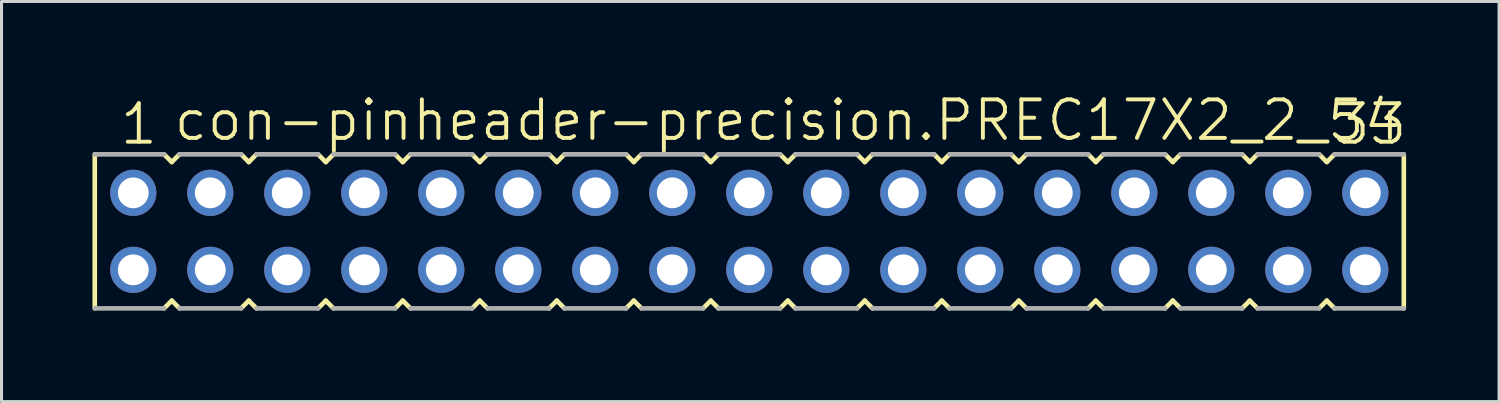
<source format=kicad_pcb>
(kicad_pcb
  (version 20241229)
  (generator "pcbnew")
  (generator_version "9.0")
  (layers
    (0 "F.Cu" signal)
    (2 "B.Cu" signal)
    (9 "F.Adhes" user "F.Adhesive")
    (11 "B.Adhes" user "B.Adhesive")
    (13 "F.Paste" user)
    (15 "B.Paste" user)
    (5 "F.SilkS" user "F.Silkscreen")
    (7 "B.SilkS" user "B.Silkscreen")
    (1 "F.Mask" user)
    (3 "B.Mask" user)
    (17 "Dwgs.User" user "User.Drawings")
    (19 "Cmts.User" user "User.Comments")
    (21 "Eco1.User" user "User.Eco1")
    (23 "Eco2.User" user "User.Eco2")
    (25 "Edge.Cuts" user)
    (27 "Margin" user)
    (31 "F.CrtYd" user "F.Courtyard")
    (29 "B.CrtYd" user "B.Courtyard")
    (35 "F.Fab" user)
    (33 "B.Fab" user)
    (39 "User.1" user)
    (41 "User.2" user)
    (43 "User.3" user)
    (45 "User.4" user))
  (footprint "con-pinheader-precision.PREC17X2_2_54"
    (layer "F.Cu")
    (at 21.666 4.581)
    (property "Reference" "con-pinheader-precision.PREC17X2_2_54" (at -19.05 -2.921 0) (layer "F.SilkS") (effects (font (size 1.27 1.27) (thickness 0.13)) (justify left bottom)))
    (attr through_hole)
    (fp_line (start -21.59 -2.54) (end -21.59 2.54) (stroke (width 0.152) (type default)) (layer "F.SilkS"))
    (fp_line (start -19.304 2.54) (end -19.05 2.286) (stroke (width 0.152) (type default)) (layer "F.SilkS"))
    (fp_line (start -19.05 -2.286) (end -19.304 -2.54) (stroke (width 0.152) (type default)) (layer "F.SilkS"))
    (fp_line (start -19.05 2.286) (end -18.796 2.54) (stroke (width 0.152) (type default)) (layer "F.SilkS"))
    (fp_line (start -18.796 -2.54) (end -19.05 -2.286) (stroke (width 0.152) (type default)) (layer "F.SilkS"))
    (fp_line (start -16.764 2.54) (end -16.51 2.286) (stroke (width 0.152) (type default)) (layer "F.SilkS"))
    (fp_line (start -16.51 -2.286) (end -16.764 -2.54) (stroke (width 0.152) (type default)) (layer "F.SilkS"))
    (fp_line (start -16.51 2.286) (end -16.256 2.54) (stroke (width 0.152) (type default)) (layer "F.SilkS"))
    (fp_line (start -16.256 -2.54) (end -16.51 -2.286) (stroke (width 0.152) (type default)) (layer "F.SilkS"))
    (fp_line (start -14.224 2.54) (end -13.97 2.286) (stroke (width 0.152) (type default)) (layer "F.SilkS"))
    (fp_line (start -13.97 -2.286) (end -14.224 -2.54) (stroke (width 0.152) (type default)) (layer "F.SilkS"))
    (fp_line (start -13.97 2.286) (end -13.716 2.54) (stroke (width 0.152) (type default)) (layer "F.SilkS"))
    (fp_line (start -13.716 -2.54) (end -13.97 -2.286) (stroke (width 0.152) (type default)) (layer "F.SilkS"))
    (fp_line (start -11.684 2.54) (end -11.43 2.286) (stroke (width 0.152) (type default)) (layer "F.SilkS"))
    (fp_line (start -11.43 -2.286) (end -11.684 -2.54) (stroke (width 0.152) (type default)) (layer "F.SilkS"))
    (fp_line (start -11.43 2.286) (end -11.176 2.54) (stroke (width 0.152) (type default)) (layer "F.SilkS"))
    (fp_line (start -11.176 -2.54) (end -11.43 -2.286) (stroke (width 0.152) (type default)) (layer "F.SilkS"))
    (fp_line (start -9.144 2.54) (end -8.89 2.286) (stroke (width 0.152) (type default)) (layer "F.SilkS"))
    (fp_line (start -8.89 -2.286) (end -9.144 -2.54) (stroke (width 0.152) (type default)) (layer "F.SilkS"))
    (fp_line (start -8.89 2.286) (end -8.636 2.54) (stroke (width 0.152) (type default)) (layer "F.SilkS"))
    (fp_line (start -8.636 -2.54) (end -8.89 -2.286) (stroke (width 0.152) (type default)) (layer "F.SilkS"))
    (fp_line (start -6.604 2.54) (end -6.35 2.286) (stroke (width 0.152) (type default)) (layer "F.SilkS"))
    (fp_line (start -6.35 -2.286) (end -6.604 -2.54) (stroke (width 0.152) (type default)) (layer "F.SilkS"))
    (fp_line (start -6.35 2.286) (end -6.096 2.54) (stroke (width 0.152) (type default)) (layer "F.SilkS"))
    (fp_line (start -6.096 -2.54) (end -6.35 -2.286) (stroke (width 0.152) (type default)) (layer "F.SilkS"))
    (fp_line (start -4.064 2.54) (end -3.81 2.286) (stroke (width 0.152) (type default)) (layer "F.SilkS"))
    (fp_line (start -3.81 -2.286) (end -4.064 -2.54) (stroke (width 0.152) (type default)) (layer "F.SilkS"))
    (fp_line (start -3.81 2.286) (end -3.556 2.54) (stroke (width 0.152) (type default)) (layer "F.SilkS"))
    (fp_line (start -3.556 -2.54) (end -3.81 -2.286) (stroke (width 0.152) (type default)) (layer "F.SilkS"))
    (fp_line (start -1.524 2.54) (end -1.27 2.286) (stroke (width 0.152) (type default)) (layer "F.SilkS"))
    (fp_line (start -1.27 -2.286) (end -1.524 -2.54) (stroke (width 0.152) (type default)) (layer "F.SilkS"))
    (fp_line (start -1.27 2.286) (end -1.016 2.54) (stroke (width 0.152) (type default)) (layer "F.SilkS"))
    (fp_line (start -1.016 -2.54) (end -1.27 -2.286) (stroke (width 0.152) (type default)) (layer "F.SilkS"))
    (fp_line (start 1.016 2.54) (end 1.27 2.286) (stroke (width 0.152) (type default)) (layer "F.SilkS"))
    (fp_line (start 1.27 -2.286) (end 1.016 -2.54) (stroke (width 0.152) (type default)) (layer "F.SilkS"))
    (fp_line (start 1.27 2.286) (end 1.524 2.54) (stroke (width 0.152) (type default)) (layer "F.SilkS"))
    (fp_line (start 1.524 -2.54) (end 1.27 -2.286) (stroke (width 0.152) (type default)) (layer "F.SilkS"))
    (fp_line (start 3.556 2.54) (end 3.81 2.286) (stroke (width 0.152) (type default)) (layer "F.SilkS"))
    (fp_line (start 3.81 -2.286) (end 3.556 -2.54) (stroke (width 0.152) (type default)) (layer "F.SilkS"))
    (fp_line (start 3.81 2.286) (end 4.064 2.54) (stroke (width 0.152) (type default)) (layer "F.SilkS"))
    (fp_line (start 4.064 -2.54) (end 3.81 -2.286) (stroke (width 0.152) (type default)) (layer "F.SilkS"))
    (fp_line (start 6.096 2.54) (end 6.35 2.286) (stroke (width 0.152) (type default)) (layer "F.SilkS"))
    (fp_line (start 6.35 -2.286) (end 6.096 -2.54) (stroke (width 0.152) (type default)) (layer "F.SilkS"))
    (fp_line (start 6.35 2.286) (end 6.604 2.54) (stroke (width 0.152) (type default)) (layer "F.SilkS"))
    (fp_line (start 6.604 -2.54) (end 6.35 -2.286) (stroke (width 0.152) (type default)) (layer "F.SilkS"))
    (fp_line (start 8.636 2.54) (end 8.89 2.286) (stroke (width 0.152) (type default)) (layer "F.SilkS"))
    (fp_line (start 8.89 -2.286) (end 8.636 -2.54) (stroke (width 0.152) (type default)) (layer "F.SilkS"))
    (fp_line (start 8.89 2.286) (end 9.144 2.54) (stroke (width 0.152) (type default)) (layer "F.SilkS"))
    (fp_line (start 9.144 -2.54) (end 8.89 -2.286) (stroke (width 0.152) (type default)) (layer "F.SilkS"))
    (fp_line (start 11.176 2.54) (end 11.43 2.286) (stroke (width 0.152) (type default)) (layer "F.SilkS"))
    (fp_line (start 11.43 -2.286) (end 11.176 -2.54) (stroke (width 0.152) (type default)) (layer "F.SilkS"))
    (fp_line (start 11.43 2.286) (end 11.684 2.54) (stroke (width 0.152) (type default)) (layer "F.SilkS"))
    (fp_line (start 11.684 -2.54) (end 11.43 -2.286) (stroke (width 0.152) (type default)) (layer "F.SilkS"))
    (fp_line (start 13.716 2.54) (end 13.97 2.286) (stroke (width 0.152) (type default)) (layer "F.SilkS"))
    (fp_line (start 13.97 -2.286) (end 13.716 -2.54) (stroke (width 0.152) (type default)) (layer "F.SilkS"))
    (fp_line (start 13.97 2.286) (end 14.224 2.54) (stroke (width 0.152) (type default)) (layer "F.SilkS"))
    (fp_line (start 14.224 -2.54) (end 13.97 -2.286) (stroke (width 0.152) (type default)) (layer "F.SilkS"))
    (fp_line (start 16.256 2.54) (end 16.51 2.286) (stroke (width 0.152) (type default)) (layer "F.SilkS"))
    (fp_line (start 16.51 -2.286) (end 16.256 -2.54) (stroke (width 0.152) (type default)) (layer "F.SilkS"))
    (fp_line (start 16.51 2.286) (end 16.764 2.54) (stroke (width 0.152) (type default)) (layer "F.SilkS"))
    (fp_line (start 16.764 -2.54) (end 16.51 -2.286) (stroke (width 0.152) (type default)) (layer "F.SilkS"))
    (fp_line (start 18.796 2.54) (end 19.05 2.286) (stroke (width 0.152) (type default)) (layer "F.SilkS"))
    (fp_line (start 19.05 -2.286) (end 18.796 -2.54) (stroke (width 0.152) (type default)) (layer "F.SilkS"))
    (fp_line (start 19.05 2.286) (end 19.304 2.54) (stroke (width 0.152) (type default)) (layer "F.SilkS"))
    (fp_line (start 19.304 -2.54) (end 19.05 -2.286) (stroke (width 0.152) (type default)) (layer "F.SilkS"))
    (fp_line (start 21.59 2.54) (end 21.59 -2.54) (stroke (width 0.152) (type default)) (layer "F.SilkS"))
    (fp_line (start -21.59 2.54) (end -19.304 2.54) (stroke (width 0.152) (type default)) (layer "F.Fab"))
    (fp_line (start -19.304 -2.54) (end -21.59 -2.54) (stroke (width 0.152) (type default)) (layer "F.Fab"))
    (fp_line (start -18.796 2.54) (end -16.764 2.54) (stroke (width 0.152) (type default)) (layer "F.Fab"))
    (fp_line (start -16.764 -2.54) (end -18.796 -2.54) (stroke (width 0.152) (type default)) (layer "F.Fab"))
    (fp_line (start -16.256 2.54) (end -14.224 2.54) (stroke (width 0.152) (type default)) (layer "F.Fab"))
    (fp_line (start -14.224 -2.54) (end -16.256 -2.54) (stroke (width 0.152) (type default)) (layer "F.Fab"))
    (fp_line (start -13.716 2.54) (end -11.684 2.54) (stroke (width 0.152) (type default)) (layer "F.Fab"))
    (fp_line (start -11.684 -2.54) (end -13.716 -2.54) (stroke (width 0.152) (type default)) (layer "F.Fab"))
    (fp_line (start -11.176 2.54) (end -9.144 2.54) (stroke (width 0.152) (type default)) (layer "F.Fab"))
    (fp_line (start -9.144 -2.54) (end -11.176 -2.54) (stroke (width 0.152) (type default)) (layer "F.Fab"))
    (fp_line (start -8.636 2.54) (end -6.604 2.54) (stroke (width 0.152) (type default)) (layer "F.Fab"))
    (fp_line (start -6.604 -2.54) (end -8.636 -2.54) (stroke (width 0.152) (type default)) (layer "F.Fab"))
    (fp_line (start -6.096 2.54) (end -4.064 2.54) (stroke (width 0.152) (type default)) (layer "F.Fab"))
    (fp_line (start -4.064 -2.54) (end -6.096 -2.54) (stroke (width 0.152) (type default)) (layer "F.Fab"))
    (fp_line (start -3.556 2.54) (end -1.524 2.54) (stroke (width 0.152) (type default)) (layer "F.Fab"))
    (fp_line (start -1.524 -2.54) (end -3.556 -2.54) (stroke (width 0.152) (type default)) (layer "F.Fab"))
    (fp_line (start -1.016 2.54) (end 1.016 2.54) (stroke (width 0.152) (type default)) (layer "F.Fab"))
    (fp_line (start 1.016 -2.54) (end -1.016 -2.54) (stroke (width 0.152) (type default)) (layer "F.Fab"))
    (fp_line (start 1.524 2.54) (end 3.556 2.54) (stroke (width 0.152) (type default)) (layer "F.Fab"))
    (fp_line (start 3.556 -2.54) (end 1.524 -2.54) (stroke (width 0.152) (type default)) (layer "F.Fab"))
    (fp_line (start 4.064 2.54) (end 6.096 2.54) (stroke (width 0.152) (type default)) (layer "F.Fab"))
    (fp_line (start 6.096 -2.54) (end 4.064 -2.54) (stroke (width 0.152) (type default)) (layer "F.Fab"))
    (fp_line (start 6.604 2.54) (end 8.636 2.54) (stroke (width 0.152) (type default)) (layer "F.Fab"))
    (fp_line (start 8.636 -2.54) (end 6.604 -2.54) (stroke (width 0.152) (type default)) (layer "F.Fab"))
    (fp_line (start 9.144 2.54) (end 11.176 2.54) (stroke (width 0.152) (type default)) (layer "F.Fab"))
    (fp_line (start 11.176 -2.54) (end 9.144 -2.54) (stroke (width 0.152) (type default)) (layer "F.Fab"))
    (fp_line (start 11.684 2.54) (end 13.716 2.54) (stroke (width 0.152) (type default)) (layer "F.Fab"))
    (fp_line (start 13.716 -2.54) (end 11.684 -2.54) (stroke (width 0.152) (type default)) (layer "F.Fab"))
    (fp_line (start 14.224 2.54) (end 16.256 2.54) (stroke (width 0.152) (type default)) (layer "F.Fab"))
    (fp_line (start 16.256 -2.54) (end 14.224 -2.54) (stroke (width 0.152) (type default)) (layer "F.Fab"))
    (fp_line (start 16.764 2.54) (end 18.796 2.54) (stroke (width 0.152) (type default)) (layer "F.Fab"))
    (fp_line (start 18.796 -2.54) (end 16.764 -2.54) (stroke (width 0.152) (type default)) (layer "F.Fab"))
    (fp_line (start 19.304 2.54) (end 21.59 2.54) (stroke (width 0.152) (type default)) (layer "F.Fab"))
    (fp_line (start 21.59 -2.54) (end 19.304 -2.54) (stroke (width 0.152) (type default)) (layer "F.Fab"))
    (fp_text user "1" (at -20.828 -2.794 0) (layer "F.SilkS") (effects (font (size 1.27 1.27) (thickness 0.13)) (justify left bottom)))
    (fp_text user "33" (at 19.177 -2.794 0) (layer "F.SilkS") (effects (font (size 1.27 1.27) (thickness 0.13)) (justify left bottom)))
    (pad "1" thru_hole circle (at -20.32 -1.27 180) (size 1.524 1.524) (drill 1.016) (layers "*.Cu" "*.Mask"))
    (pad "2" thru_hole circle (at -20.32 1.27 180) (size 1.524 1.524) (drill 1.016) (layers "*.Cu" "*.Mask"))
    (pad "3" thru_hole circle (at -17.78 -1.27 180) (size 1.524 1.524) (drill 1.016) (layers "*.Cu" "*.Mask"))
    (pad "4" thru_hole circle (at -17.78 1.27 180) (size 1.524 1.524) (drill 1.016) (layers "*.Cu" "*.Mask"))
    (pad "5" thru_hole circle (at -15.24 -1.27 180) (size 1.524 1.524) (drill 1.016) (layers "*.Cu" "*.Mask"))
    (pad "6" thru_hole circle (at -15.24 1.27 180) (size 1.524 1.524) (drill 1.016) (layers "*.Cu" "*.Mask"))
    (pad "7" thru_hole circle (at -12.7 -1.27 180) (size 1.524 1.524) (drill 1.016) (layers "*.Cu" "*.Mask"))
    (pad "8" thru_hole circle (at -12.7 1.27 180) (size 1.524 1.524) (drill 1.016) (layers "*.Cu" "*.Mask"))
    (pad "9" thru_hole circle (at -10.16 -1.27 180) (size 1.524 1.524) (drill 1.016) (layers "*.Cu" "*.Mask"))
    (pad "10" thru_hole circle (at -10.16 1.27 180) (size 1.524 1.524) (drill 1.016) (layers "*.Cu" "*.Mask"))
    (pad "11" thru_hole circle (at -7.62 -1.27 180) (size 1.524 1.524) (drill 1.016) (layers "*.Cu" "*.Mask"))
    (pad "12" thru_hole circle (at -7.62 1.27 180) (size 1.524 1.524) (drill 1.016) (layers "*.Cu" "*.Mask"))
    (pad "13" thru_hole circle (at -5.08 -1.27 180) (size 1.524 1.524) (drill 1.016) (layers "*.Cu" "*.Mask"))
    (pad "14" thru_hole circle (at -5.08 1.27 180) (size 1.524 1.524) (drill 1.016) (layers "*.Cu" "*.Mask"))
    (pad "15" thru_hole circle (at -2.54 -1.27 180) (size 1.524 1.524) (drill 1.016) (layers "*.Cu" "*.Mask"))
    (pad "16" thru_hole circle (at -2.54 1.27 180) (size 1.524 1.524) (drill 1.016) (layers "*.Cu" "*.Mask"))
    (pad "17" thru_hole circle (at 0 -1.27 180) (size 1.524 1.524) (drill 1.016) (layers "*.Cu" "*.Mask"))
    (pad "18" thru_hole circle (at 0 1.27 180) (size 1.524 1.524) (drill 1.016) (layers "*.Cu" "*.Mask"))
    (pad "19" thru_hole circle (at 2.54 -1.27 180) (size 1.524 1.524) (drill 1.016) (layers "*.Cu" "*.Mask"))
    (pad "20" thru_hole circle (at 2.54 1.27 180) (size 1.524 1.524) (drill 1.016) (layers "*.Cu" "*.Mask"))
    (pad "21" thru_hole circle (at 5.08 -1.27 180) (size 1.524 1.524) (drill 1.016) (layers "*.Cu" "*.Mask"))
    (pad "22" thru_hole circle (at 5.08 1.27 180) (size 1.524 1.524) (drill 1.016) (layers "*.Cu" "*.Mask"))
    (pad "23" thru_hole circle (at 7.62 -1.27 180) (size 1.524 1.524) (drill 1.016) (layers "*.Cu" "*.Mask"))
    (pad "24" thru_hole circle (at 7.62 1.27 180) (size 1.524 1.524) (drill 1.016) (layers "*.Cu" "*.Mask"))
    (pad "25" thru_hole circle (at 10.16 -1.27 180) (size 1.524 1.524) (drill 1.016) (layers "*.Cu" "*.Mask"))
    (pad "26" thru_hole circle (at 10.16 1.27 180) (size 1.524 1.524) (drill 1.016) (layers "*.Cu" "*.Mask"))
    (pad "27" thru_hole circle (at 12.7 -1.27 180) (size 1.524 1.524) (drill 1.016) (layers "*.Cu" "*.Mask"))
    (pad "28" thru_hole circle (at 12.7 1.27 180) (size 1.524 1.524) (drill 1.016) (layers "*.Cu" "*.Mask"))
    (pad "29" thru_hole circle (at 15.24 -1.27 180) (size 1.524 1.524) (drill 1.016) (layers "*.Cu" "*.Mask"))
    (pad "30" thru_hole circle (at 15.24 1.27 180) (size 1.524 1.524) (drill 1.016) (layers "*.Cu" "*.Mask"))
    (pad "31" thru_hole circle (at 17.78 -1.27 180) (size 1.524 1.524) (drill 1.016) (layers "*.Cu" "*.Mask"))
    (pad "32" thru_hole circle (at 17.78 1.27 180) (size 1.524 1.524) (drill 1.016) (layers "*.Cu" "*.Mask"))
    (pad "33" thru_hole circle (at 20.32 -1.27 180) (size 1.524 1.524) (drill 1.016) (layers "*.Cu" "*.Mask"))
    (pad "34" thru_hole circle (at 20.32 1.27 180) (size 1.524 1.524) (drill 1.016) (layers "*.Cu" "*.Mask")))
  (gr_rect
    (start -3 -3)
    (end 46.398 10.197)
    (stroke (width 0.1) (type default))
    (fill no)
    (layer "Edge.Cuts")))
</source>
